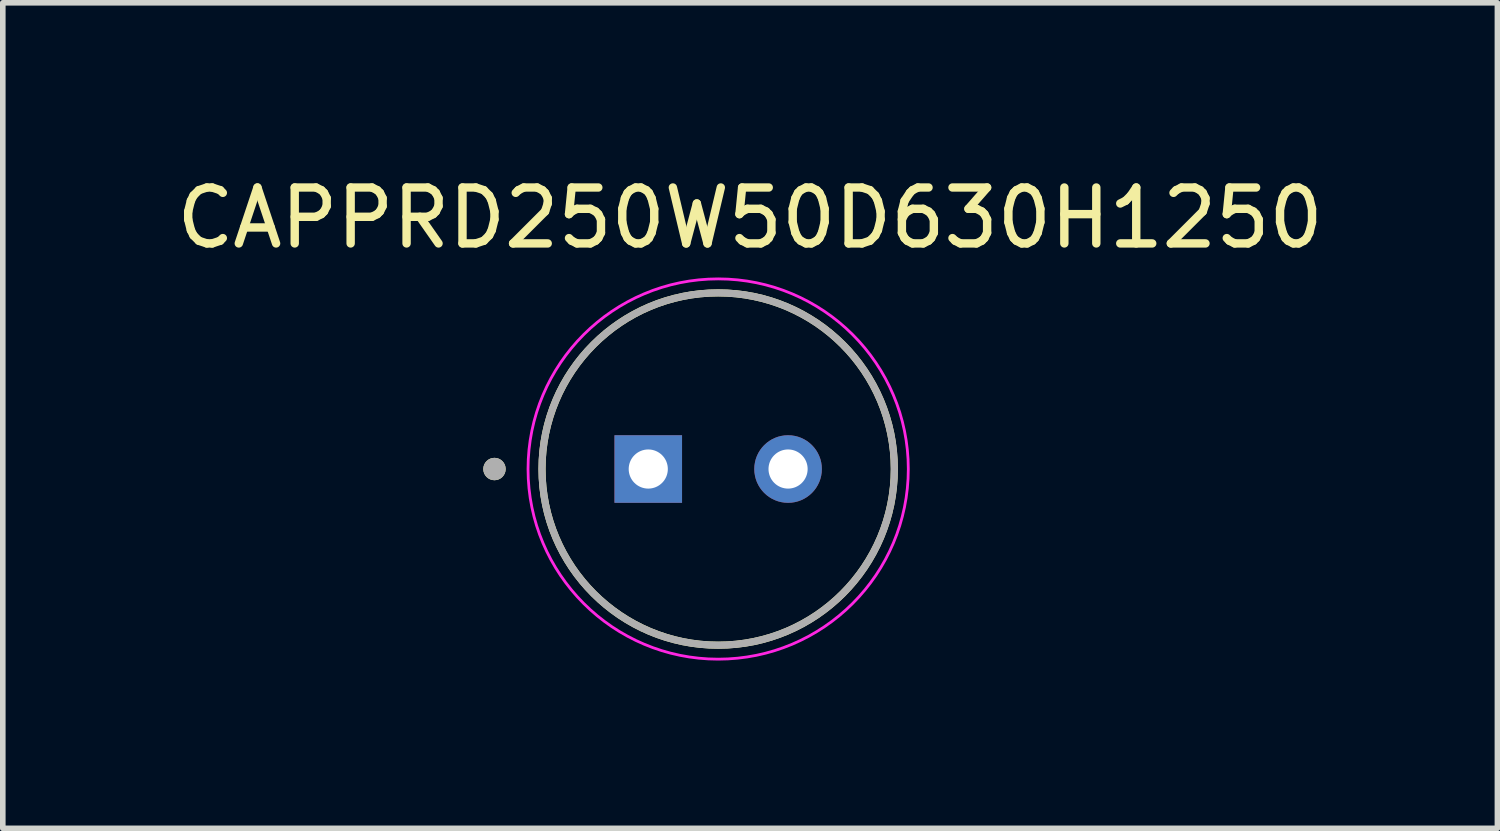
<source format=kicad_pcb>
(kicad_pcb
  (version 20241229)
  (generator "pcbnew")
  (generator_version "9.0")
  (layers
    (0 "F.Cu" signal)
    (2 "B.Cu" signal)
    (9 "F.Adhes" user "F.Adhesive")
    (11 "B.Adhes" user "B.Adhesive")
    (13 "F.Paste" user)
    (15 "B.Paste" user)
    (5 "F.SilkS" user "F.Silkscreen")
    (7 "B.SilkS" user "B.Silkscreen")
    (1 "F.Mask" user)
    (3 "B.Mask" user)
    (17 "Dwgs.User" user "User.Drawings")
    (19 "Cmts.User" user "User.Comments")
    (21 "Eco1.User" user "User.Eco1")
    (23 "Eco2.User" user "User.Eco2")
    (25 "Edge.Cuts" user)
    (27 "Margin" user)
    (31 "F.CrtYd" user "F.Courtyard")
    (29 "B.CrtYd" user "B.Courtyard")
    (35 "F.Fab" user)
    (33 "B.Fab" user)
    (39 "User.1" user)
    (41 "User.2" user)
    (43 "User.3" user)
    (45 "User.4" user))
  (footprint "CAPPRD250W50D630H1250"
    (layer "F.Cu")
    (at 9.792 5.337)
    (property "Reference" "CAPPRD250W50D630H1250" (at 0.571 -4.489 0) (layer "F.SilkS") (effects (font (size 1 1) (thickness 0.15))))
    (attr through_hole)
    (fp_circle (center -4 0) (end -3.9 0) (stroke (width 0.2) (type solid)) (fill no) (layer "F.SilkS"))
    (fp_circle (center 0 0) (end 3.15 0) (stroke (width 0.127) (type solid)) (fill no) (layer "F.SilkS"))
    (fp_circle (center 0 0) (end 3.4 0) (stroke (width 0.05) (type solid)) (fill no) (layer "F.CrtYd"))
    (fp_circle (center -4 0) (end -3.9 0) (stroke (width 0.2) (type solid)) (fill no) (layer "F.Fab"))
    (fp_circle (center 0 0) (end 3.15 0) (stroke (width 0.127) (type solid)) (fill no) (layer "F.Fab"))
    (pad "N" thru_hole circle (at 1.25 0) (size 1.208 1.208) (drill 0.7) (layers "*.Cu" "*.Mask"))
    (pad "P" thru_hole rect (at -1.25 0) (size 1.208 1.208) (drill 0.7) (layers "*.Cu" "*.Mask")))
  (gr_rect
    (start -3 -3)
    (end 23.726 11.762)
    (stroke (width 0.1) (type default))
    (fill no)
    (layer "Edge.Cuts")))
</source>
